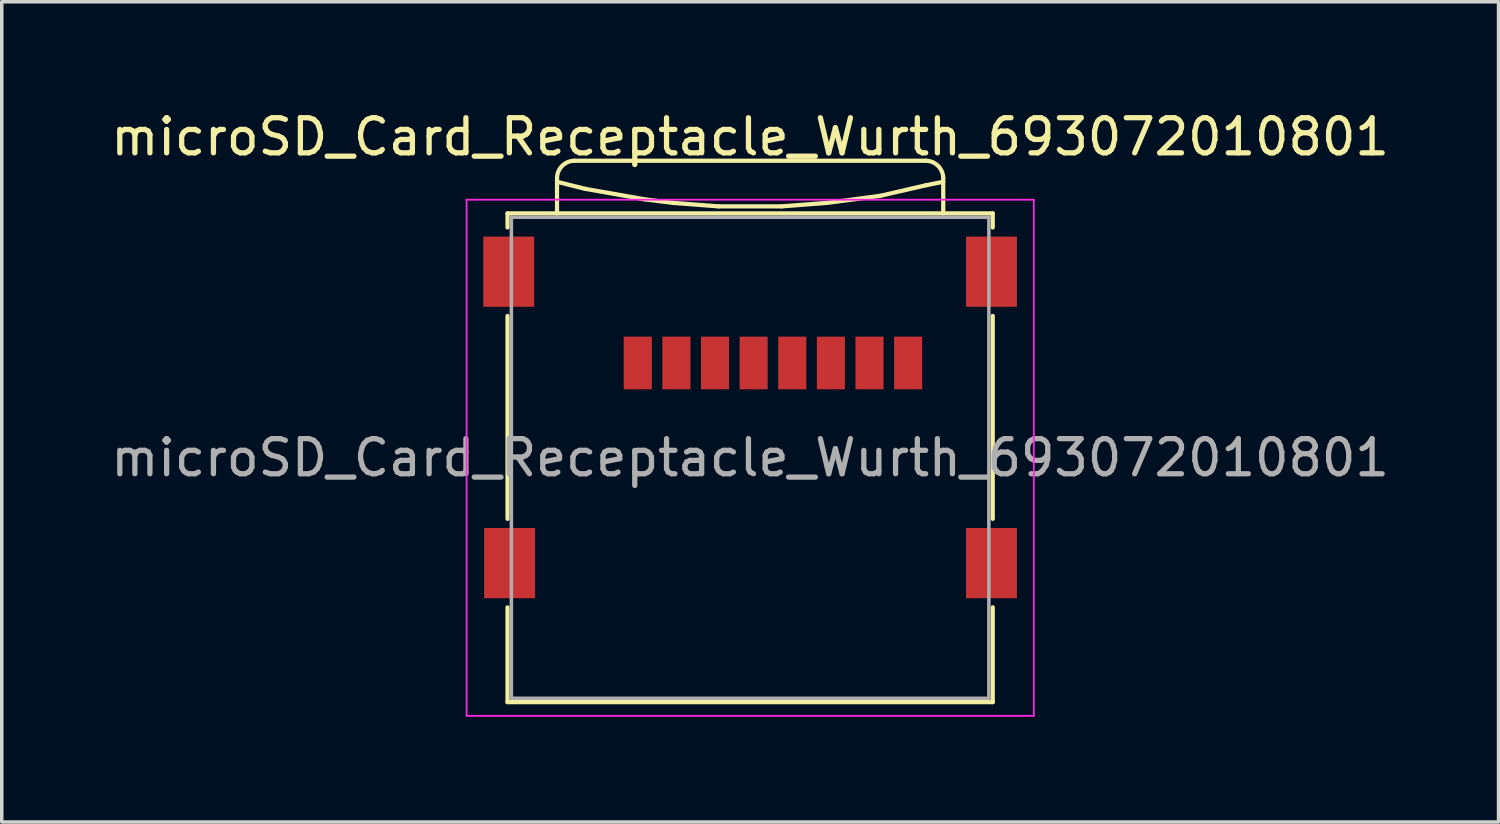
<source format=kicad_pcb>
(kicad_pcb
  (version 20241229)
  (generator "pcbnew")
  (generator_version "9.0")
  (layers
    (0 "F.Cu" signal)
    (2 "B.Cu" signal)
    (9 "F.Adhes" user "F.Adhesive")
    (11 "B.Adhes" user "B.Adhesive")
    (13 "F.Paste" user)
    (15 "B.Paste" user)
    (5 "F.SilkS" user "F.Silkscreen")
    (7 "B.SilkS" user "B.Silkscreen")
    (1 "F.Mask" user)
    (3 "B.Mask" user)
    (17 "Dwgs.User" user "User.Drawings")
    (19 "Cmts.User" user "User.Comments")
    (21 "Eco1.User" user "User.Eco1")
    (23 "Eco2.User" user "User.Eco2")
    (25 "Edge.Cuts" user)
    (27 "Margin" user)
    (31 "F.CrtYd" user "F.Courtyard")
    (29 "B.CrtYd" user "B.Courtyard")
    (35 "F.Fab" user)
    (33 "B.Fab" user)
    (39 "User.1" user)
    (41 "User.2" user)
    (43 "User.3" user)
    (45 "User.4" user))
  (footprint "microSD_Card_Receptacle_Wurth_693072010801"
    (layer "F.Cu")
    (at 18.315 9.988)
    (property "Reference" "microSD_Card_Receptacle_Wurth_693072010801" (at 0 -9.14 0) (layer "F.SilkS") (effects (font (size 1 1) (thickness 0.15))))
    (attr smd)
    (fp_line (start -6.91 -6.96) (end -6.91 -6.56) (stroke (width 0.12) (type solid)) (layer "F.SilkS"))
    (fp_line (start -6.91 -6.96) (end 6.91 -6.96) (stroke (width 0.12) (type solid)) (layer "F.SilkS"))
    (fp_line (start -6.91 -4.04) (end -6.91 1.74) (stroke (width 0.12) (type solid)) (layer "F.SilkS"))
    (fp_line (start -6.91 4.26) (end -6.91 6.96) (stroke (width 0.12) (type solid)) (layer "F.SilkS"))
    (fp_line (start -5.5 -7.86) (end -4.7 -7.66) (stroke (width 0.12) (type solid)) (layer "F.SilkS"))
    (fp_line (start -5.5 -6.96) (end -5.5 -7.96) (stroke (width 0.12) (type solid)) (layer "F.SilkS"))
    (fp_line (start -5 -8.46) (end 5 -8.46) (stroke (width 0.12) (type solid)) (layer "F.SilkS"))
    (fp_line (start -4.7 -7.66) (end -3 -7.36) (stroke (width 0.12) (type solid)) (layer "F.SilkS"))
    (fp_line (start -3 -7.36) (end -2.2 -7.26) (stroke (width 0.12) (type solid)) (layer "F.SilkS"))
    (fp_line (start -2.2 -7.26) (end -0.9 -7.16) (stroke (width 0.12) (type solid)) (layer "F.SilkS"))
    (fp_line (start -0.9 -7.16) (end 0.9 -7.16) (stroke (width 0.12) (type solid)) (layer "F.SilkS"))
    (fp_line (start 0.9 -7.16) (end 2.2 -7.26) (stroke (width 0.12) (type solid)) (layer "F.SilkS"))
    (fp_line (start 2.2 -7.26) (end 3.7 -7.46) (stroke (width 0.12) (type solid)) (layer "F.SilkS"))
    (fp_line (start 3.7 -7.46) (end 5 -7.76) (stroke (width 0.12) (type solid)) (layer "F.SilkS"))
    (fp_line (start 5 -7.76) (end 5.5 -7.86) (stroke (width 0.12) (type solid)) (layer "F.SilkS"))
    (fp_line (start 5.5 -6.96) (end 5.5 -7.96) (stroke (width 0.12) (type solid)) (layer "F.SilkS"))
    (fp_line (start 6.91 -6.96) (end 6.91 -6.56) (stroke (width 0.12) (type solid)) (layer "F.SilkS"))
    (fp_line (start 6.91 -4.04) (end 6.91 1.74) (stroke (width 0.12) (type solid)) (layer "F.SilkS"))
    (fp_line (start 6.91 4.26) (end 6.91 6.96) (stroke (width 0.12) (type solid)) (layer "F.SilkS"))
    (fp_line (start 6.91 6.96) (end -6.91 6.96) (stroke (width 0.12) (type solid)) (layer "F.SilkS"))
    (fp_arc (start -5.5 -7.96) (mid -5.353553 -8.313553) (end -5 -8.46) (stroke (width 0.12) (type solid)) (layer "F.SilkS"))
    (fp_arc (start 5 -8.46) (mid 5.353553 -8.313553) (end 5.5 -7.96) (stroke (width 0.12) (type solid)) (layer "F.SilkS"))
    (fp_line (start -8.075 -7.35) (end -8.075 7.35) (stroke (width 0.05) (type solid)) (layer "F.CrtYd"))
    (fp_line (start 8.08 -7.35) (end -8.08 -7.35) (stroke (width 0.05) (type solid)) (layer "F.CrtYd"))
    (fp_line (start 8.08 -7.35) (end 8.08 7.35) (stroke (width 0.05) (type solid)) (layer "F.CrtYd"))
    (fp_line (start 8.08 7.35) (end -8.075 7.35) (stroke (width 0.05) (type solid)) (layer "F.CrtYd"))
    (fp_line (start -6.8 -6.85) (end -6.8 6.85) (stroke (width 0.1) (type solid)) (layer "F.Fab"))
    (fp_line (start -6.8 6.85) (end 6.8 6.85) (stroke (width 0.1) (type solid)) (layer "F.Fab"))
    (fp_line (start 6.8 -6.85) (end -6.8 -6.85) (stroke (width 0.1) (type solid)) (layer "F.Fab"))
    (fp_line (start 6.8 6.85) (end 6.8 -6.85) (stroke (width 0.1) (type solid)) (layer "F.Fab"))
    (fp_text user "${REFERENCE}" (at 0 0 0) (layer "F.Fab") (effects (font (size 1 1) (thickness 0.15))))
    (pad "1" smd rect (at -3.2 -2.7 180) (size 0.8 1.5) (layers "F.Cu" "F.Mask" "F.Paste"))
    (pad "2" smd rect (at -2.1 -2.7 180) (size 0.8 1.5) (layers "F.Cu" "F.Mask" "F.Paste"))
    (pad "3" smd rect (at -1 -2.7 180) (size 0.8 1.5) (layers "F.Cu" "F.Mask" "F.Paste"))
    (pad "4" smd rect (at 0.1 -2.7 180) (size 0.8 1.5) (layers "F.Cu" "F.Mask" "F.Paste"))
    (pad "5" smd rect (at 1.2 -2.7 180) (size 0.8 1.5) (layers "F.Cu" "F.Mask" "F.Paste"))
    (pad "6" smd rect (at 2.3 -2.7 180) (size 0.8 1.5) (layers "F.Cu" "F.Mask" "F.Paste"))
    (pad "7" smd rect (at 3.4 -2.7 180) (size 0.8 1.5) (layers "F.Cu" "F.Mask" "F.Paste"))
    (pad "8" smd rect (at 4.5 -2.7 180) (size 0.8 1.5) (layers "F.Cu" "F.Mask" "F.Paste"))
    (pad "9" smd rect (at -6.875 -5.3 180) (size 1.45 2) (layers "F.Cu" "F.Mask" "F.Paste"))
    (pad "9" smd rect (at -6.85 3) (size 1.45 2) (layers "F.Cu" "F.Mask" "F.Paste"))
    (pad "9" smd rect (at 6.875 -5.3 180) (size 1.45 2) (layers "F.Cu" "F.Mask" "F.Paste"))
    (pad "9" smd rect (at 6.875 3 180) (size 1.45 2) (layers "F.Cu" "F.Mask" "F.Paste")))
  (gr_rect
    (start -3 -3)
    (end 39.631 20.363)
    (stroke (width 0.1) (type default))
    (fill no)
    (layer "Edge.Cuts")))
</source>
